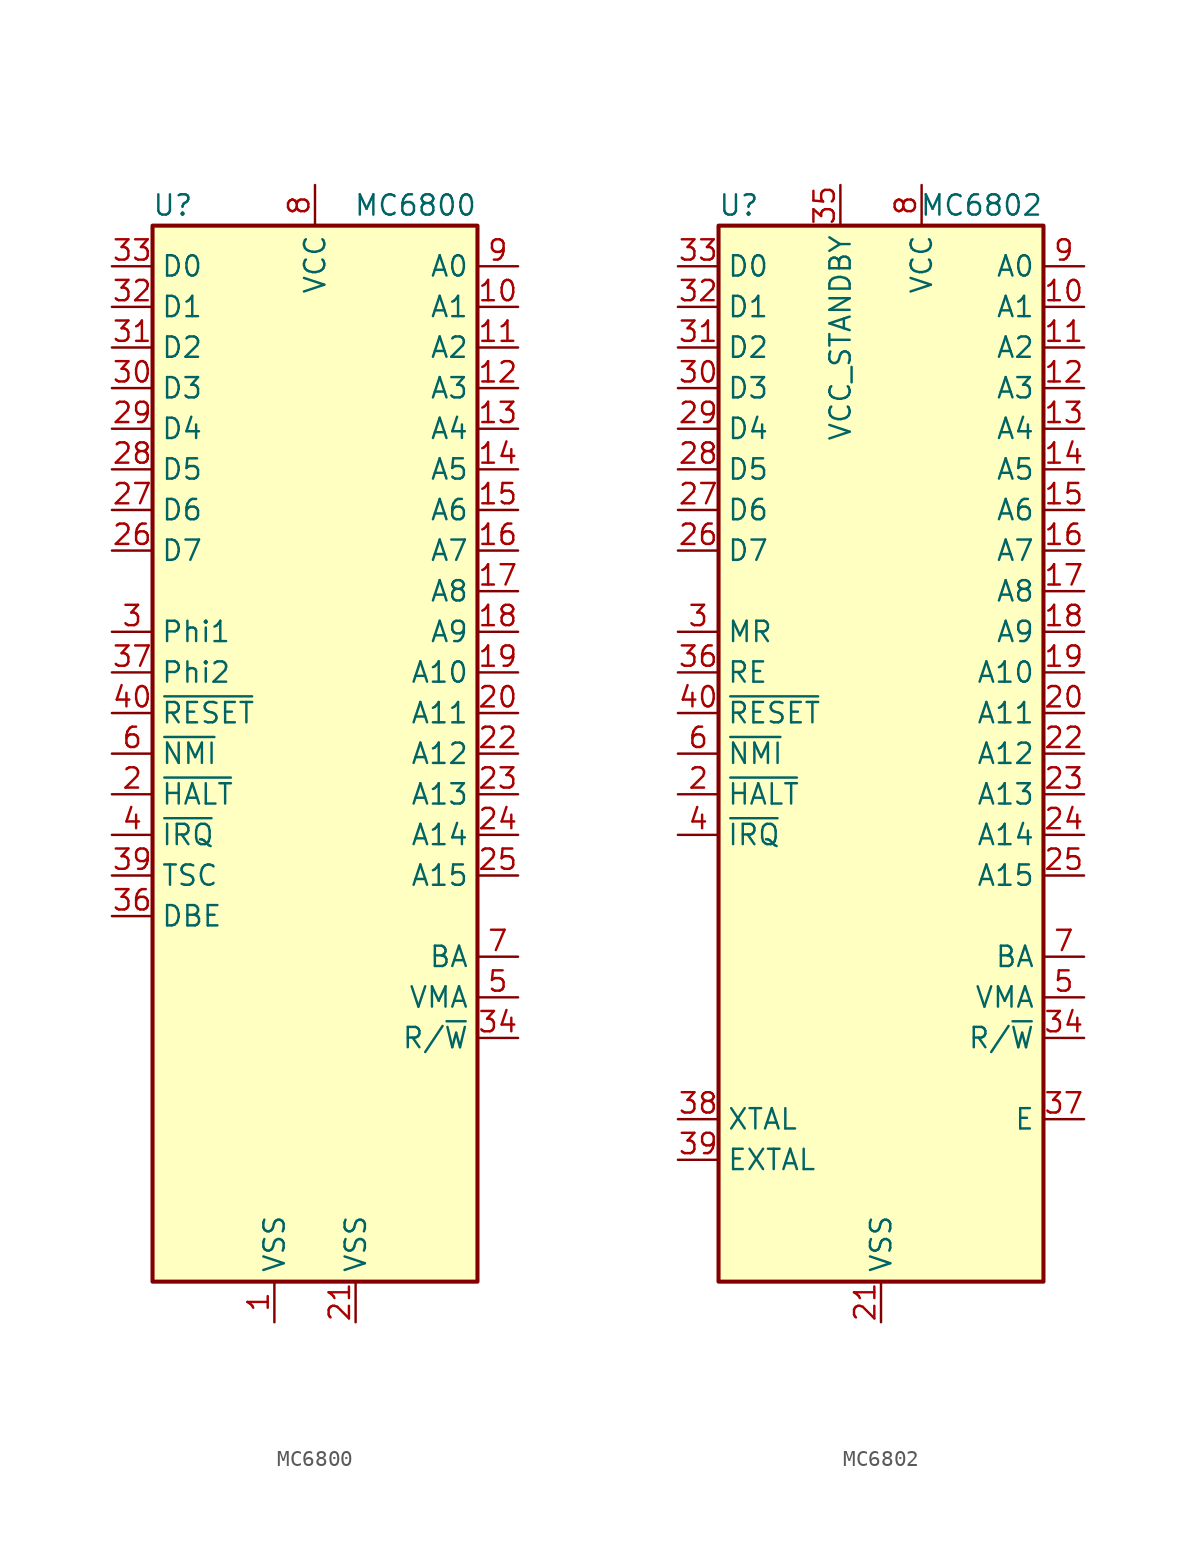
<source format=kicad_sym>
(kicad_symbol_lib
  (version 20231120)
  (generator "kicad_symbol_editor")
  (generator_version "8.0")
  (symbol "MC6800"
    (property "Reference" "U"
      (at -8.89 34.29 0)
      (effects (font (size 1.27 1.27))))
    (property "Value" "MC6800"
      (at 10.16 34.29 0)
      (effects (font (size 1.27 1.27)) (justify right)))
    (symbol "MC6800_0_1"
      (rectangle (start -10.16 -33.02) (end 10.16 33.02) (stroke (width 0.254) (type default)) (fill (type background))))
    (symbol "MC6800_1_1"
      (pin power_in line (at -2.54 -35.56 90) (length 2.54) (name "VSS" (effects (font (size 1.27 1.27)))) (number "1" (effects (font (size 1.27 1.27)))))
      (pin output line (at 12.7 27.94 180) (length 2.54) (name "A1" (effects (font (size 1.27 1.27)))) (number "10" (effects (font (size 1.27 1.27)))))
      (pin output line (at 12.7 25.4 180) (length 2.54) (name "A2" (effects (font (size 1.27 1.27)))) (number "11" (effects (font (size 1.27 1.27)))))
      (pin output line (at 12.7 22.86 180) (length 2.54) (name "A3" (effects (font (size 1.27 1.27)))) (number "12" (effects (font (size 1.27 1.27)))))
      (pin output line (at 12.7 20.32 180) (length 2.54) (name "A4" (effects (font (size 1.27 1.27)))) (number "13" (effects (font (size 1.27 1.27)))))
      (pin output line (at 12.7 17.78 180) (length 2.54) (name "A5" (effects (font (size 1.27 1.27)))) (number "14" (effects (font (size 1.27 1.27)))))
      (pin output line (at 12.7 15.24 180) (length 2.54) (name "A6" (effects (font (size 1.27 1.27)))) (number "15" (effects (font (size 1.27 1.27)))))
      (pin output line (at 12.7 12.7 180) (length 2.54) (name "A7" (effects (font (size 1.27 1.27)))) (number "16" (effects (font (size 1.27 1.27)))))
      (pin output line (at 12.7 10.16 180) (length 2.54) (name "A8" (effects (font (size 1.27 1.27)))) (number "17" (effects (font (size 1.27 1.27)))))
      (pin output line (at 12.7 7.62 180) (length 2.54) (name "A9" (effects (font (size 1.27 1.27)))) (number "18" (effects (font (size 1.27 1.27)))))
      (pin output line (at 12.7 5.08 180) (length 2.54) (name "A10" (effects (font (size 1.27 1.27)))) (number "19" (effects (font (size 1.27 1.27)))))
      (pin input line (at -12.7 -2.54 0) (length 2.54) (name "~{HALT}" (effects (font (size 1.27 1.27)))) (number "2" (effects (font (size 1.27 1.27)))))
      (pin output line (at 12.7 2.54 180) (length 2.54) (name "A11" (effects (font (size 1.27 1.27)))) (number "20" (effects (font (size 1.27 1.27)))))
      (pin power_in line (at 2.54 -35.56 90) (length 2.54) (name "VSS" (effects (font (size 1.27 1.27)))) (number "21" (effects (font (size 1.27 1.27)))))
      (pin output line (at 12.7 0 180) (length 2.54) (name "A12" (effects (font (size 1.27 1.27)))) (number "22" (effects (font (size 1.27 1.27)))))
      (pin output line (at 12.7 -2.54 180) (length 2.54) (name "A13" (effects (font (size 1.27 1.27)))) (number "23" (effects (font (size 1.27 1.27)))))
      (pin output line (at 12.7 -5.08 180) (length 2.54) (name "A14" (effects (font (size 1.27 1.27)))) (number "24" (effects (font (size 1.27 1.27)))))
      (pin output line (at 12.7 -7.62 180) (length 2.54) (name "A15" (effects (font (size 1.27 1.27)))) (number "25" (effects (font (size 1.27 1.27)))))
      (pin bidirectional line (at -12.7 12.7 0) (length 2.54) (name "D7" (effects (font (size 1.27 1.27)))) (number "26" (effects (font (size 1.27 1.27)))))
      (pin bidirectional line (at -12.7 15.24 0) (length 2.54) (name "D6" (effects (font (size 1.27 1.27)))) (number "27" (effects (font (size 1.27 1.27)))))
      (pin bidirectional line (at -12.7 17.78 0) (length 2.54) (name "D5" (effects (font (size 1.27 1.27)))) (number "28" (effects (font (size 1.27 1.27)))))
      (pin bidirectional line (at -12.7 20.32 0) (length 2.54) (name "D4" (effects (font (size 1.27 1.27)))) (number "29" (effects (font (size 1.27 1.27)))))
      (pin input line (at -12.7 7.62 0) (length 2.54) (name "Phi1" (effects (font (size 1.27 1.27)))) (number "3" (effects (font (size 1.27 1.27)))))
      (pin bidirectional line (at -12.7 22.86 0) (length 2.54) (name "D3" (effects (font (size 1.27 1.27)))) (number "30" (effects (font (size 1.27 1.27)))))
      (pin bidirectional line (at -12.7 25.4 0) (length 2.54) (name "D2" (effects (font (size 1.27 1.27)))) (number "31" (effects (font (size 1.27 1.27)))))
      (pin bidirectional line (at -12.7 27.94 0) (length 2.54) (name "D1" (effects (font (size 1.27 1.27)))) (number "32" (effects (font (size 1.27 1.27)))))
      (pin bidirectional line (at -12.7 30.48 0) (length 2.54) (name "D0" (effects (font (size 1.27 1.27)))) (number "33" (effects (font (size 1.27 1.27)))))
      (pin output line (at 12.7 -17.78 180) (length 2.54) (name "R/~{W}" (effects (font (size 1.27 1.27)))) (number "34" (effects (font (size 1.27 1.27)))))
      (pin no_connect line (at -10.16 -25.4 0) (length 2.54) hide (name "N.C." (effects (font (size 1.27 1.27)))) (number "35" (effects (font (size 1.27 1.27)))))
      (pin input line (at -12.7 -10.16 0) (length 2.54) (name "DBE" (effects (font (size 1.27 1.27)))) (number "36" (effects (font (size 1.27 1.27)))))
      (pin input line (at -12.7 5.08 0) (length 2.54) (name "Phi2" (effects (font (size 1.27 1.27)))) (number "37" (effects (font (size 1.27 1.27)))))
      (pin no_connect line (at -10.16 -22.86 0) (length 2.54) hide (name "N.C." (effects (font (size 1.27 1.27)))) (number "38" (effects (font (size 1.27 1.27)))))
      (pin input line (at -12.7 -7.62 0) (length 2.54) (name "TSC" (effects (font (size 1.27 1.27)))) (number "39" (effects (font (size 1.27 1.27)))))
      (pin input line (at -12.7 -5.08 0) (length 2.54) (name "~{IRQ}" (effects (font (size 1.27 1.27)))) (number "4" (effects (font (size 1.27 1.27)))))
      (pin input line (at -12.7 2.54 0) (length 2.54) (name "~{RESET}" (effects (font (size 1.27 1.27)))) (number "40" (effects (font (size 1.27 1.27)))))
      (pin output line (at 12.7 -15.24 180) (length 2.54) (name "VMA" (effects (font (size 1.27 1.27)))) (number "5" (effects (font (size 1.27 1.27)))))
      (pin input line (at -12.7 0 0) (length 2.54) (name "~{NMI}" (effects (font (size 1.27 1.27)))) (number "6" (effects (font (size 1.27 1.27)))))
      (pin output line (at 12.7 -12.7 180) (length 2.54) (name "BA" (effects (font (size 1.27 1.27)))) (number "7" (effects (font (size 1.27 1.27)))))
      (pin power_in line (at 0 35.56 270) (length 2.54) (name "VCC" (effects (font (size 1.27 1.27)))) (number "8" (effects (font (size 1.27 1.27)))))
      (pin output line (at 12.7 30.48 180) (length 2.54) (name "A0" (effects (font (size 1.27 1.27)))) (number "9" (effects (font (size 1.27 1.27)))))))
  (symbol "MC6802"
    (property "Reference" "U"
      (at -8.89 34.29 0)
      (effects (font (size 1.27 1.27))))
    (property "Value" "MC6802"
      (at 10.16 34.29 0)
      (effects (font (size 1.27 1.27)) (justify right)))
    (symbol "MC6802_0_1"
      (rectangle (start -10.16 -33.02) (end 10.16 33.02) (stroke (width 0.254) (type default)) (fill (type background))))
    (symbol "MC6802_1_1"
      (pin passive line (at 0 -35.56 90) (length 2.54) hide (name "VSS" (effects (font (size 1.27 1.27)))) (number "1" (effects (font (size 1.27 1.27)))))
      (pin output line (at 12.7 27.94 180) (length 2.54) (name "A1" (effects (font (size 1.27 1.27)))) (number "10" (effects (font (size 1.27 1.27)))))
      (pin output line (at 12.7 25.4 180) (length 2.54) (name "A2" (effects (font (size 1.27 1.27)))) (number "11" (effects (font (size 1.27 1.27)))))
      (pin output line (at 12.7 22.86 180) (length 2.54) (name "A3" (effects (font (size 1.27 1.27)))) (number "12" (effects (font (size 1.27 1.27)))))
      (pin output line (at 12.7 20.32 180) (length 2.54) (name "A4" (effects (font (size 1.27 1.27)))) (number "13" (effects (font (size 1.27 1.27)))))
      (pin output line (at 12.7 17.78 180) (length 2.54) (name "A5" (effects (font (size 1.27 1.27)))) (number "14" (effects (font (size 1.27 1.27)))))
      (pin output line (at 12.7 15.24 180) (length 2.54) (name "A6" (effects (font (size 1.27 1.27)))) (number "15" (effects (font (size 1.27 1.27)))))
      (pin output line (at 12.7 12.7 180) (length 2.54) (name "A7" (effects (font (size 1.27 1.27)))) (number "16" (effects (font (size 1.27 1.27)))))
      (pin output line (at 12.7 10.16 180) (length 2.54) (name "A8" (effects (font (size 1.27 1.27)))) (number "17" (effects (font (size 1.27 1.27)))))
      (pin output line (at 12.7 7.62 180) (length 2.54) (name "A9" (effects (font (size 1.27 1.27)))) (number "18" (effects (font (size 1.27 1.27)))))
      (pin output line (at 12.7 5.08 180) (length 2.54) (name "A10" (effects (font (size 1.27 1.27)))) (number "19" (effects (font (size 1.27 1.27)))))
      (pin input line (at -12.7 -2.54 0) (length 2.54) (name "~{HALT}" (effects (font (size 1.27 1.27)))) (number "2" (effects (font (size 1.27 1.27)))))
      (pin output line (at 12.7 2.54 180) (length 2.54) (name "A11" (effects (font (size 1.27 1.27)))) (number "20" (effects (font (size 1.27 1.27)))))
      (pin power_in line (at 0 -35.56 90) (length 2.54) (name "VSS" (effects (font (size 1.27 1.27)))) (number "21" (effects (font (size 1.27 1.27)))))
      (pin output line (at 12.7 0 180) (length 2.54) (name "A12" (effects (font (size 1.27 1.27)))) (number "22" (effects (font (size 1.27 1.27)))))
      (pin output line (at 12.7 -2.54 180) (length 2.54) (name "A13" (effects (font (size 1.27 1.27)))) (number "23" (effects (font (size 1.27 1.27)))))
      (pin output line (at 12.7 -5.08 180) (length 2.54) (name "A14" (effects (font (size 1.27 1.27)))) (number "24" (effects (font (size 1.27 1.27)))))
      (pin output line (at 12.7 -7.62 180) (length 2.54) (name "A15" (effects (font (size 1.27 1.27)))) (number "25" (effects (font (size 1.27 1.27)))))
      (pin bidirectional line (at -12.7 12.7 0) (length 2.54) (name "D7" (effects (font (size 1.27 1.27)))) (number "26" (effects (font (size 1.27 1.27)))))
      (pin bidirectional line (at -12.7 15.24 0) (length 2.54) (name "D6" (effects (font (size 1.27 1.27)))) (number "27" (effects (font (size 1.27 1.27)))))
      (pin bidirectional line (at -12.7 17.78 0) (length 2.54) (name "D5" (effects (font (size 1.27 1.27)))) (number "28" (effects (font (size 1.27 1.27)))))
      (pin bidirectional line (at -12.7 20.32 0) (length 2.54) (name "D4" (effects (font (size 1.27 1.27)))) (number "29" (effects (font (size 1.27 1.27)))))
      (pin input line (at -12.7 7.62 0) (length 2.54) (name "MR" (effects (font (size 1.27 1.27)))) (number "3" (effects (font (size 1.27 1.27)))))
      (pin bidirectional line (at -12.7 22.86 0) (length 2.54) (name "D3" (effects (font (size 1.27 1.27)))) (number "30" (effects (font (size 1.27 1.27)))))
      (pin bidirectional line (at -12.7 25.4 0) (length 2.54) (name "D2" (effects (font (size 1.27 1.27)))) (number "31" (effects (font (size 1.27 1.27)))))
      (pin bidirectional line (at -12.7 27.94 0) (length 2.54) (name "D1" (effects (font (size 1.27 1.27)))) (number "32" (effects (font (size 1.27 1.27)))))
      (pin bidirectional line (at -12.7 30.48 0) (length 2.54) (name "D0" (effects (font (size 1.27 1.27)))) (number "33" (effects (font (size 1.27 1.27)))))
      (pin output line (at 12.7 -17.78 180) (length 2.54) (name "R/~{W}" (effects (font (size 1.27 1.27)))) (number "34" (effects (font (size 1.27 1.27)))))
      (pin power_in line (at -2.54 35.56 270) (length 2.54) (name "VCC_STANDBY" (effects (font (size 1.27 1.27)))) (number "35" (effects (font (size 1.27 1.27)))))
      (pin input line (at -12.7 5.08 0) (length 2.54) (name "RE" (effects (font (size 1.27 1.27)))) (number "36" (effects (font (size 1.27 1.27)))))
      (pin output line (at 12.7 -22.86 180) (length 2.54) (name "E" (effects (font (size 1.27 1.27)))) (number "37" (effects (font (size 1.27 1.27)))))
      (pin passive line (at -12.7 -22.86 0) (length 2.54) (name "XTAL" (effects (font (size 1.27 1.27)))) (number "38" (effects (font (size 1.27 1.27)))))
      (pin passive line (at -12.7 -25.4 0) (length 2.54) (name "EXTAL" (effects (font (size 1.27 1.27)))) (number "39" (effects (font (size 1.27 1.27)))))
      (pin input line (at -12.7 -5.08 0) (length 2.54) (name "~{IRQ}" (effects (font (size 1.27 1.27)))) (number "4" (effects (font (size 1.27 1.27)))))
      (pin input line (at -12.7 2.54 0) (length 2.54) (name "~{RESET}" (effects (font (size 1.27 1.27)))) (number "40" (effects (font (size 1.27 1.27)))))
      (pin output line (at 12.7 -15.24 180) (length 2.54) (name "VMA" (effects (font (size 1.27 1.27)))) (number "5" (effects (font (size 1.27 1.27)))))
      (pin input line (at -12.7 0 0) (length 2.54) (name "~{NMI}" (effects (font (size 1.27 1.27)))) (number "6" (effects (font (size 1.27 1.27)))))
      (pin output line (at 12.7 -12.7 180) (length 2.54) (name "BA" (effects (font (size 1.27 1.27)))) (number "7" (effects (font (size 1.27 1.27)))))
      (pin power_in line (at 2.54 35.56 270) (length 2.54) (name "VCC" (effects (font (size 1.27 1.27)))) (number "8" (effects (font (size 1.27 1.27)))))
      (pin output line (at 12.7 30.48 180) (length 2.54) (name "A0" (effects (font (size 1.27 1.27)))) (number "9" (effects (font (size 1.27 1.27))))))))
</source>
